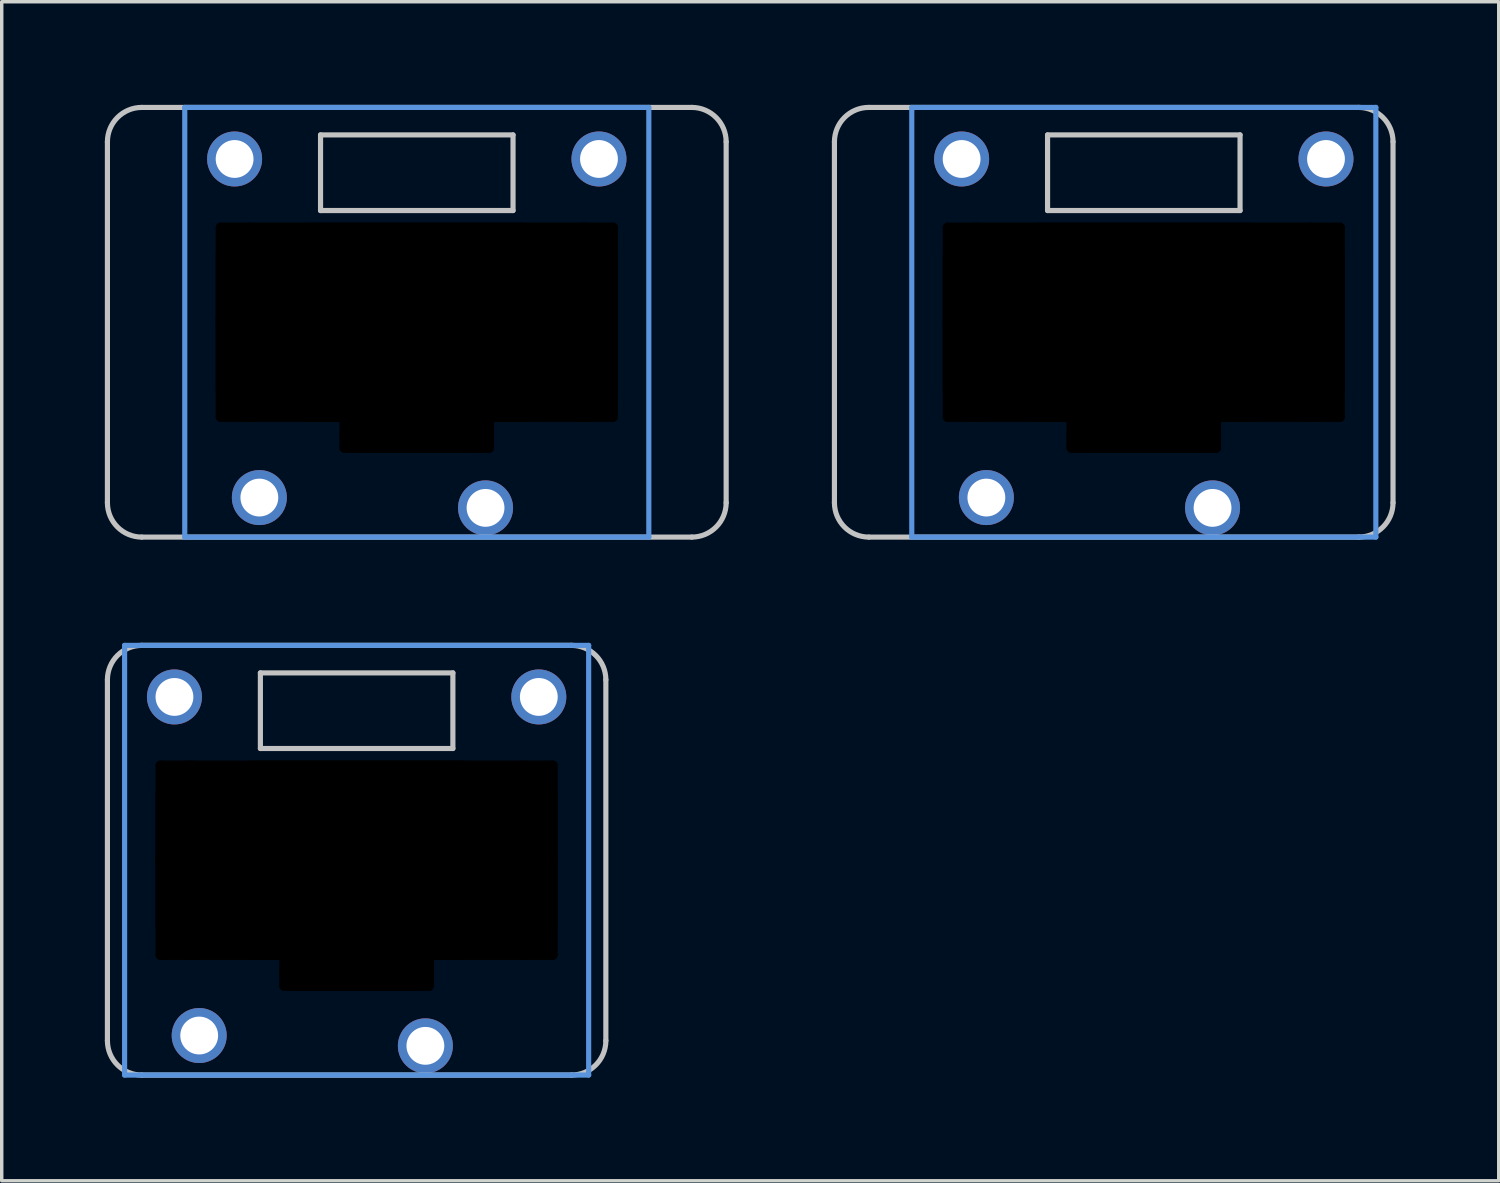
<source format=kicad_pcb>
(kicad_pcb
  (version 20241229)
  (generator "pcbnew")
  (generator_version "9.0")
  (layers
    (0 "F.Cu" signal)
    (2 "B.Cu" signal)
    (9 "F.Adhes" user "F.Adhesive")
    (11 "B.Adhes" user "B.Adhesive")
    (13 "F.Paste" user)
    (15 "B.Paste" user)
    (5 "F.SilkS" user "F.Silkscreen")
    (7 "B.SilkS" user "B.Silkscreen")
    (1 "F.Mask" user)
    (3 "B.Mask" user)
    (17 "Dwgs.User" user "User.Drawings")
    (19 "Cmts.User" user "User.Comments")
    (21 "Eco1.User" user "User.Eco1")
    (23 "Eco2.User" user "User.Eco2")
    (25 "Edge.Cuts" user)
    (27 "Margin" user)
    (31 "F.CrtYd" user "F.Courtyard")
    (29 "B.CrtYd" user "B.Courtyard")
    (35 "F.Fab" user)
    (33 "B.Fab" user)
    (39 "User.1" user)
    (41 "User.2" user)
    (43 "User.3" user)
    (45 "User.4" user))
  (footprint "pg1232-CL"
    (layer "F.Cu")
    (at 30.225 6.325)
    (property "Reference" "pg1232-CL" (at 0 0 0) (layer "F.Fab") (effects (font (size 1 1) (thickness 0.15))))
    (attr through_hole)
    (fp_line (start -9 5.25) (end -9 -5.25) (stroke (width 0.15) (type solid)) (layer "Dwgs.User"))
    (fp_line (start -8 -6.25) (end 6.25 -6.25) (stroke (width 0.15) (type solid)) (layer "Dwgs.User"))
    (fp_line (start -2.8 -5.45) (end -2.8 -3.25) (stroke (width 0.15) (type solid)) (layer "Dwgs.User"))
    (fp_line (start -2.8 -3.25) (end 2.8 -3.25) (stroke (width 0.15) (type solid)) (layer "Dwgs.User"))
    (fp_line (start 2.8 -5.45) (end -2.8 -5.45) (stroke (width 0.15) (type solid)) (layer "Dwgs.User"))
    (fp_line (start 2.8 -3.25) (end 2.8 -5.45) (stroke (width 0.15) (type solid)) (layer "Dwgs.User"))
    (fp_line (start 6.25 6.25) (end -8 6.25) (stroke (width 0.15) (type solid)) (layer "Dwgs.User"))
    (fp_line (start 7.25 -5.25) (end 7.25 5.25) (stroke (width 0.15) (type solid)) (layer "Dwgs.User"))
    (fp_arc (start -9 -5.25) (mid -8.707107 -5.957107) (end -8 -6.25) (stroke (width 0.15) (type solid)) (layer "Dwgs.User"))
    (fp_arc (start -8 6.25) (mid -8.707107 5.957107) (end -9 5.25) (stroke (width 0.15) (type solid)) (layer "Dwgs.User"))
    (fp_arc (start 6.25 -6.25) (mid 6.957107 -5.957107) (end 7.25 -5.25) (stroke (width 0.15) (type solid)) (layer "Dwgs.User"))
    (fp_arc (start 7.25 5.25) (mid 6.957107 5.957107) (end 6.25 6.25) (stroke (width 0.15) (type solid)) (layer "Dwgs.User"))
    (fp_line (start -6.75 -6.25) (end -6.75 6.25) (stroke (width 0.15) (type solid)) (layer "Cmts.User"))
    (fp_line (start -6.75 6.25) (end 6.75 6.25) (stroke (width 0.15) (type solid)) (layer "Cmts.User"))
    (fp_line (start 6.75 -6.25) (end -6.75 -6.25) (stroke (width 0.15) (type solid)) (layer "Cmts.User"))
    (fp_line (start 6.75 6.25) (end 6.75 -6.25) (stroke (width 0.15) (type solid)) (layer "Cmts.User"))
    (pad "" np_thru_hole oval (at -5.7 0 90) (size 5.8 0.3) (drill oval 5.8 0.3) (layers "*.Mask"))
    (pad "" thru_hole circle (at -5.3 -4.75) (size 1.6 1.6) (drill 1.1) (layers "*.Cu" "B.Mask"))
    (pad "" np_thru_hole oval (at -4.85 0) (size 2 5.8) (drill oval 2 5.8) (layers "*.Mask"))
    (pad "" np_thru_hole oval (at -2.1 3.25 90) (size 1.1 0.3) (drill oval 1.1 0.3) (layers "*.Mask"))
    (pad "" np_thru_hole oval (at 0 -2.75) (size 11.7 0.3) (drill oval 11.7 0.3) (layers "*.Mask"))
    (pad "" np_thru_hole oval (at 0 0) (size 11.7 5.8) (drill oval 11.7 5.8) (layers "*.Mask"))
    (pad "" np_thru_hole oval (at 0 2.75) (size 11.7 0.3) (drill oval 11.7 0.3) (layers "*.Mask"))
    (pad "" np_thru_hole oval (at 0 3.3) (size 4.5 1) (drill oval 4.5 1) (layers "*.Mask"))
    (pad "" np_thru_hole oval (at 0 3.65) (size 4.5 0.3) (drill oval 4.5 0.3) (layers "*.Mask"))
    (pad "" np_thru_hole oval (at 2.1 3.25 90) (size 1.1 0.3) (drill oval 1.1 0.3) (layers "*.Mask"))
    (pad "" np_thru_hole oval (at 4.85 0) (size 2 5.8) (drill oval 2 5.8) (layers "*.Mask"))
    (pad "" thru_hole circle (at 5.3 -4.75) (size 1.6 1.6) (drill 1.1) (layers "*.Cu" "B.Mask"))
    (pad "" np_thru_hole oval (at 5.7 0 90) (size 5.8 0.3) (drill oval 5.8 0.3) (layers "*.Mask"))
    (pad "1" thru_hole circle (at 2 5.4) (size 1.6 1.6) (drill 1.1) (layers "*.Cu" "B.Mask"))
    (pad "2" thru_hole circle (at -4.58 5.1) (size 1.6 1.6) (drill 1.1) (layers "*.Cu" "B.Mask")))
  (footprint "pg1232-CN"
    (layer "F.Cu")
    (at 7.325 21.975)
    (property "Reference" "pg1232-CN" (at 0 0 0) (layer "F.Fab") (effects (font (size 1 1) (thickness 0.15))))
    (attr through_hole)
    (fp_line (start -7.25 5.25) (end -7.25 -5.25) (stroke (width 0.15) (type solid)) (layer "Dwgs.User"))
    (fp_line (start -6.25 -6.25) (end 6.25 -6.25) (stroke (width 0.15) (type solid)) (layer "Dwgs.User"))
    (fp_line (start -2.8 -5.45) (end -2.8 -3.25) (stroke (width 0.15) (type solid)) (layer "Dwgs.User"))
    (fp_line (start -2.8 -3.25) (end 2.8 -3.25) (stroke (width 0.15) (type solid)) (layer "Dwgs.User"))
    (fp_line (start 2.8 -5.45) (end -2.8 -5.45) (stroke (width 0.15) (type solid)) (layer "Dwgs.User"))
    (fp_line (start 2.8 -3.25) (end 2.8 -5.45) (stroke (width 0.15) (type solid)) (layer "Dwgs.User"))
    (fp_line (start 6.25 6.25) (end -6.25 6.25) (stroke (width 0.15) (type solid)) (layer "Dwgs.User"))
    (fp_line (start 7.25 -5.25) (end 7.25 5.25) (stroke (width 0.15) (type solid)) (layer "Dwgs.User"))
    (fp_arc (start -7.25 -5.25) (mid -6.957107 -5.957107) (end -6.25 -6.25) (stroke (width 0.15) (type solid)) (layer "Dwgs.User"))
    (fp_arc (start -6.25 6.25) (mid -6.957107 5.957107) (end -7.25 5.25) (stroke (width 0.15) (type solid)) (layer "Dwgs.User"))
    (fp_arc (start 6.25 -6.25) (mid 6.957107 -5.957107) (end 7.25 -5.25) (stroke (width 0.15) (type solid)) (layer "Dwgs.User"))
    (fp_arc (start 7.25 5.25) (mid 6.957107 5.957107) (end 6.25 6.25) (stroke (width 0.15) (type solid)) (layer "Dwgs.User"))
    (fp_line (start -6.75 -6.25) (end -6.75 6.25) (stroke (width 0.15) (type solid)) (layer "Cmts.User"))
    (fp_line (start -6.75 6.25) (end 6.75 6.25) (stroke (width 0.15) (type solid)) (layer "Cmts.User"))
    (fp_line (start 6.75 -6.25) (end -6.75 -6.25) (stroke (width 0.15) (type solid)) (layer "Cmts.User"))
    (fp_line (start 6.75 6.25) (end 6.75 -6.25) (stroke (width 0.15) (type solid)) (layer "Cmts.User"))
    (pad "" np_thru_hole oval (at -5.7 0 90) (size 5.8 0.3) (drill oval 5.8 0.3) (layers "*.Mask"))
    (pad "" thru_hole circle (at -5.3 -4.75) (size 1.6 1.6) (drill 1.1) (layers "*.Cu" "B.Mask"))
    (pad "" np_thru_hole oval (at -4.85 0) (size 2 5.8) (drill oval 2 5.8) (layers "*.Mask"))
    (pad "" np_thru_hole oval (at -2.1 3.25 90) (size 1.1 0.3) (drill oval 1.1 0.3) (layers "*.Mask"))
    (pad "" np_thru_hole oval (at 0 -2.75) (size 11.7 0.3) (drill oval 11.7 0.3) (layers "*.Mask"))
    (pad "" np_thru_hole oval (at 0 0) (size 11.7 5.8) (drill oval 11.7 5.8) (layers "*.Mask"))
    (pad "" np_thru_hole oval (at 0 2.75) (size 11.7 0.3) (drill oval 11.7 0.3) (layers "*.Mask"))
    (pad "" np_thru_hole oval (at 0 3.3) (size 4.5 1) (drill oval 4.5 1) (layers "*.Mask"))
    (pad "" np_thru_hole oval (at 0 3.65) (size 4.5 0.3) (drill oval 4.5 0.3) (layers "*.Mask"))
    (pad "" np_thru_hole oval (at 2.1 3.25 90) (size 1.1 0.3) (drill oval 1.1 0.3) (layers "*.Mask"))
    (pad "" np_thru_hole oval (at 4.85 0) (size 2 5.8) (drill oval 2 5.8) (layers "*.Mask"))
    (pad "" thru_hole circle (at 5.3 -4.75) (size 1.6 1.6) (drill 1.1) (layers "*.Cu" "B.Mask"))
    (pad "" np_thru_hole oval (at 5.7 0 90) (size 5.8 0.3) (drill oval 5.8 0.3) (layers "*.Mask"))
    (pad "1" thru_hole circle (at 2 5.4) (size 1.6 1.6) (drill 1.1) (layers "*.Cu" "B.Mask"))
    (pad "2" thru_hole circle (at -4.58 5.1) (size 1.6 1.6) (drill 1.1) (layers "*.Cu" "B.Mask")))
  (footprint "pg1232-C"
    (layer "F.Cu")
    (at 9.075 6.325)
    (property "Reference" "pg1232-C" (at 0 0 0) (layer "F.Fab") (effects (font (size 1 1) (thickness 0.15))))
    (attr through_hole)
    (fp_line (start -9 5.25) (end -9 -5.25) (stroke (width 0.15) (type solid)) (layer "Dwgs.User"))
    (fp_line (start -8 -6.25) (end 8 -6.25) (stroke (width 0.15) (type solid)) (layer "Dwgs.User"))
    (fp_line (start -2.8 -5.45) (end -2.8 -3.25) (stroke (width 0.15) (type solid)) (layer "Dwgs.User"))
    (fp_line (start -2.8 -3.25) (end 2.8 -3.25) (stroke (width 0.15) (type solid)) (layer "Dwgs.User"))
    (fp_line (start 2.8 -5.45) (end -2.8 -5.45) (stroke (width 0.15) (type solid)) (layer "Dwgs.User"))
    (fp_line (start 2.8 -3.25) (end 2.8 -5.45) (stroke (width 0.15) (type solid)) (layer "Dwgs.User"))
    (fp_line (start 8 6.25) (end -8 6.25) (stroke (width 0.15) (type solid)) (layer "Dwgs.User"))
    (fp_line (start 9 -5.25) (end 9 5.25) (stroke (width 0.15) (type solid)) (layer "Dwgs.User"))
    (fp_arc (start -9 -5.25) (mid -8.707107 -5.957107) (end -8 -6.25) (stroke (width 0.15) (type solid)) (layer "Dwgs.User"))
    (fp_arc (start -8 6.25) (mid -8.707107 5.957107) (end -9 5.25) (stroke (width 0.15) (type solid)) (layer "Dwgs.User"))
    (fp_arc (start 8 -6.25) (mid 8.707107 -5.957107) (end 9 -5.25) (stroke (width 0.15) (type solid)) (layer "Dwgs.User"))
    (fp_arc (start 9 5.25) (mid 8.707107 5.957107) (end 8 6.25) (stroke (width 0.15) (type solid)) (layer "Dwgs.User"))
    (fp_line (start -6.75 -6.25) (end -6.75 6.25) (stroke (width 0.15) (type solid)) (layer "Cmts.User"))
    (fp_line (start -6.75 6.25) (end 6.75 6.25) (stroke (width 0.15) (type solid)) (layer "Cmts.User"))
    (fp_line (start 6.75 -6.25) (end -6.75 -6.25) (stroke (width 0.15) (type solid)) (layer "Cmts.User"))
    (fp_line (start 6.75 6.25) (end 6.75 -6.25) (stroke (width 0.15) (type solid)) (layer "Cmts.User"))
    (pad "" np_thru_hole oval (at -5.7 0 90) (size 5.8 0.3) (drill oval 5.8 0.3) (layers "*.Mask"))
    (pad "" np_thru_hole oval (at -4.85 0) (size 2 5.8) (drill oval 2 5.8) (layers "*.Mask"))
    (pad "" np_thru_hole oval (at -2.1 3.25 90) (size 1.1 0.3) (drill oval 1.1 0.3) (layers "*.Mask"))
    (pad "" np_thru_hole oval (at 0 -2.75) (size 11.7 0.3) (drill oval 11.7 0.3) (layers "*.Mask"))
    (pad "" np_thru_hole oval (at 0 0) (size 11.7 5.8) (drill oval 11.7 5.8) (layers "*.Mask"))
    (pad "" np_thru_hole oval (at 0 2.75) (size 11.7 0.3) (drill oval 11.7 0.3) (layers "*.Mask"))
    (pad "" np_thru_hole oval (at 0 3.3) (size 4.5 1) (drill oval 4.5 1) (layers "*.Mask"))
    (pad "" np_thru_hole oval (at 0 3.65) (size 4.5 0.3) (drill oval 4.5 0.3) (layers "*.Mask"))
    (pad "" np_thru_hole oval (at 2.1 3.25 90) (size 1.1 0.3) (drill oval 1.1 0.3) (layers "*.Mask"))
    (pad "" np_thru_hole oval (at 4.85 0) (size 2 5.8) (drill oval 2 5.8) (layers "*.Mask"))
    (pad "" np_thru_hole oval (at 5.7 0 90) (size 5.8 0.3) (drill oval 5.8 0.3) (layers "*.Mask"))
    (pad "1" thru_hole circle (at 2 5.4) (size 1.6 1.6) (drill 1.1) (layers "*.Cu" "B.Mask"))
    (pad "2" thru_hole circle (at -4.58 5.1) (size 1.6 1.6) (drill 1.1) (layers "*.Cu" "B.Mask"))
    (pad "3" thru_hole circle (at 5.3 -4.75) (size 1.6 1.6) (drill 1.1) (layers "*.Cu" "B.Mask"))
    (pad "4" thru_hole circle (at -5.3 -4.75) (size 1.6 1.6) (drill 1.1) (layers "*.Cu" "B.Mask")))
  (gr_rect
    (start -3 -3)
    (end 40.55 31.3)
    (stroke (width 0.1) (type default))
    (fill no)
    (layer "Edge.Cuts")))
</source>
